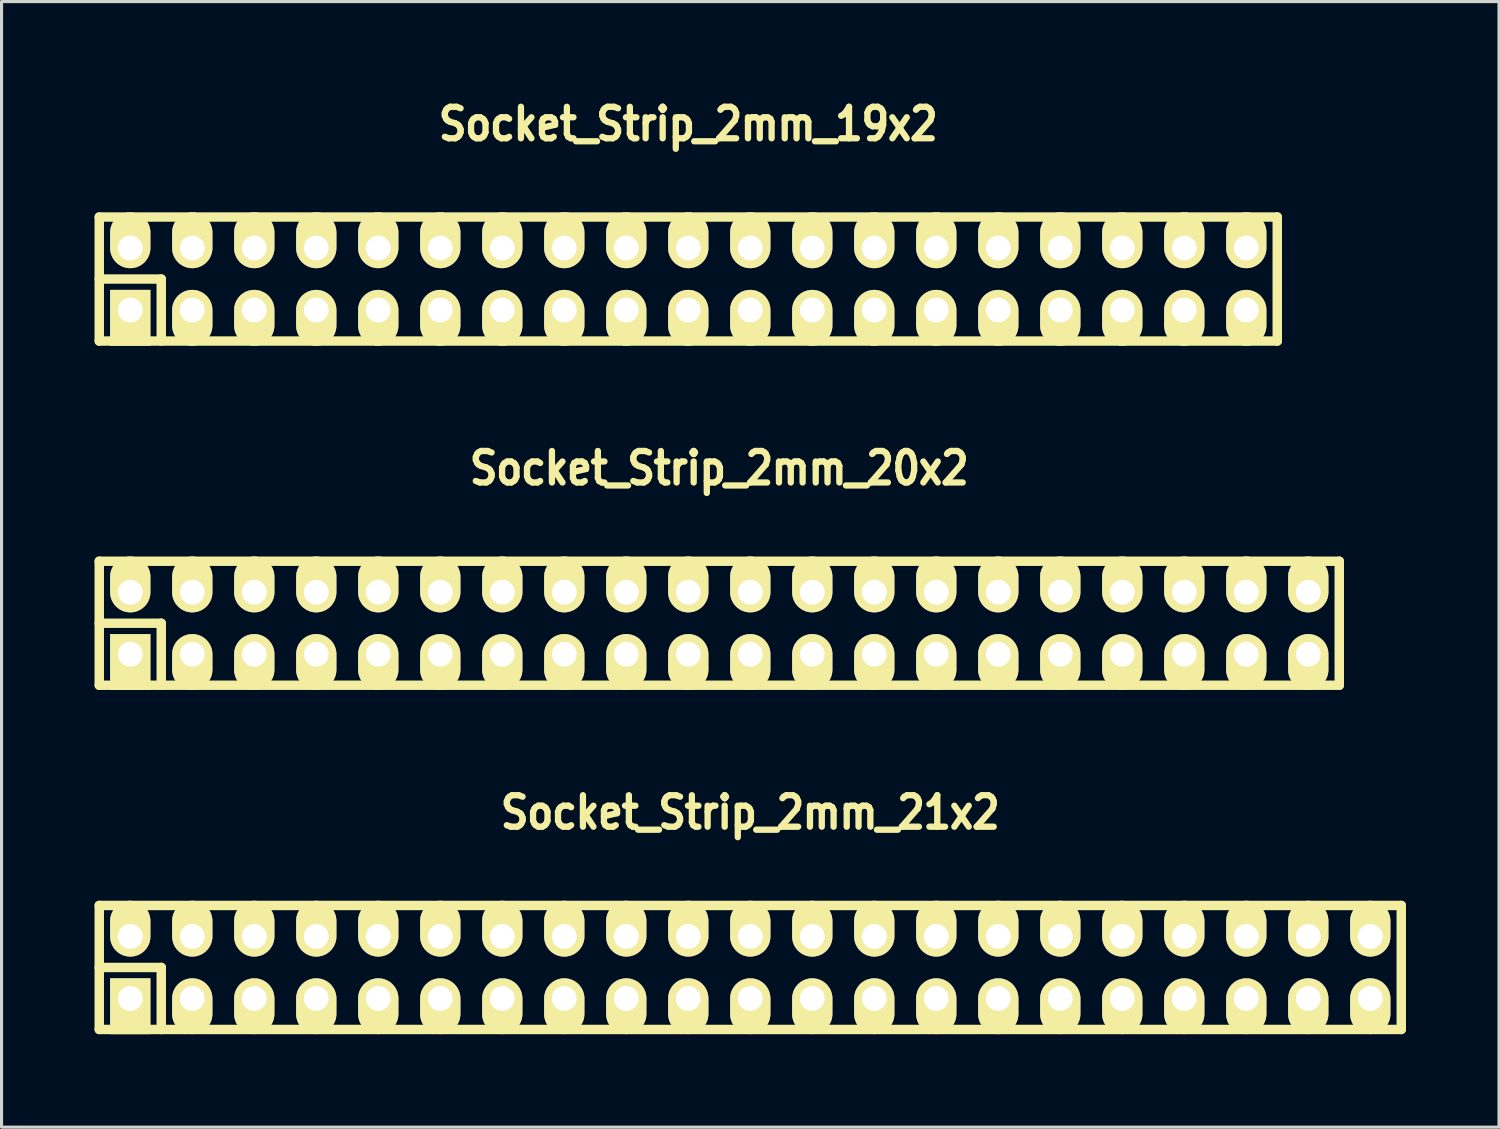
<source format=kicad_pcb>
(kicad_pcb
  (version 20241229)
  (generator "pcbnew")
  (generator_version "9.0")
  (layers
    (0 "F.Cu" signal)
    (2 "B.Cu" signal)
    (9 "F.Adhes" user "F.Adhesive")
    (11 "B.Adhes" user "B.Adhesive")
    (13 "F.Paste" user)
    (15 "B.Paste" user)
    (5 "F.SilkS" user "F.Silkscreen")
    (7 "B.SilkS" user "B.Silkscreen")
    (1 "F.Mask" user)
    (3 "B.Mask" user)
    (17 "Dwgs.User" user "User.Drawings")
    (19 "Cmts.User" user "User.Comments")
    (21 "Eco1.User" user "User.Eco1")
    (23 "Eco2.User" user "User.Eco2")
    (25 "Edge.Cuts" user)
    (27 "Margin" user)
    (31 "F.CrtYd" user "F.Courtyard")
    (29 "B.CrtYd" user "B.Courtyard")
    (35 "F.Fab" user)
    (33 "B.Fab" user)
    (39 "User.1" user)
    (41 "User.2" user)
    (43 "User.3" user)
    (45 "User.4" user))
  (footprint "Socket_Strip_2mm_21x2"
    (layer "F.Cu")
    (at 21.152 28.158)
    (property "Reference" "Socket_Strip_2mm_21x2" (at 0 -5 0) (layer "F.SilkS") (effects (font (size 1.016 0.889) (thickness 0.203))))
    (attr through_hole)
    (fp_line (start -21 -2) (end 21 -2) (stroke (width 0.305) (type solid)) (layer "F.SilkS"))
    (fp_line (start -21 0) (end -19 0) (stroke (width 0.305) (type solid)) (layer "F.SilkS"))
    (fp_line (start -21 2) (end -21 -2) (stroke (width 0.305) (type solid)) (layer "F.SilkS"))
    (fp_line (start -19 0) (end -19 2) (stroke (width 0.305) (type solid)) (layer "F.SilkS"))
    (fp_line (start 21 -2) (end 21 2) (stroke (width 0.305) (type solid)) (layer "F.SilkS"))
    (fp_line (start 21 2) (end -21 2) (stroke (width 0.305) (type solid)) (layer "F.SilkS"))
    (pad "1" thru_hole rect (at -20 1) (size 1.3 1.8) (drill 0.8 (offset 0 0.25)) (layers "*.Cu" "*.Mask" "F.SilkS"))
    (pad "2" thru_hole oval (at -20 -1) (size 1.3 1.8) (drill 0.8 (offset 0 -0.25)) (layers "*.Cu" "*.Mask" "F.SilkS"))
    (pad "3" thru_hole oval (at -18 1) (size 1.3 1.8) (drill 0.8 (offset 0 0.25)) (layers "*.Cu" "*.Mask" "F.SilkS"))
    (pad "4" thru_hole oval (at -18 -1) (size 1.3 1.8) (drill 0.8 (offset 0 -0.25)) (layers "*.Cu" "*.Mask" "F.SilkS"))
    (pad "5" thru_hole oval (at -16 1) (size 1.3 1.8) (drill 0.8 (offset 0 0.25)) (layers "*.Cu" "*.Mask" "F.SilkS"))
    (pad "6" thru_hole oval (at -16 -1) (size 1.3 1.8) (drill 0.8 (offset 0 -0.25)) (layers "*.Cu" "*.Mask" "F.SilkS"))
    (pad "7" thru_hole oval (at -14 1) (size 1.3 1.8) (drill 0.8 (offset 0 0.25)) (layers "*.Cu" "*.Mask" "F.SilkS"))
    (pad "8" thru_hole oval (at -14 -1) (size 1.3 1.8) (drill 0.8 (offset 0 -0.25)) (layers "*.Cu" "*.Mask" "F.SilkS"))
    (pad "9" thru_hole oval (at -12 1) (size 1.3 1.8) (drill 0.8 (offset 0 0.25)) (layers "*.Cu" "*.Mask" "F.SilkS"))
    (pad "10" thru_hole oval (at -12 -1) (size 1.3 1.8) (drill 0.8 (offset 0 -0.25)) (layers "*.Cu" "*.Mask" "F.SilkS"))
    (pad "11" thru_hole oval (at -10 1) (size 1.3 1.8) (drill 0.8 (offset 0 0.25)) (layers "*.Cu" "*.Mask" "F.SilkS"))
    (pad "12" thru_hole oval (at -10 -1) (size 1.3 1.8) (drill 0.8 (offset 0 -0.25)) (layers "*.Cu" "*.Mask" "F.SilkS"))
    (pad "13" thru_hole oval (at -8 1) (size 1.3 1.8) (drill 0.8 (offset 0 0.25)) (layers "*.Cu" "*.Mask" "F.SilkS"))
    (pad "14" thru_hole oval (at -8 -1) (size 1.3 1.8) (drill 0.8 (offset 0 -0.25)) (layers "*.Cu" "*.Mask" "F.SilkS"))
    (pad "15" thru_hole oval (at -6 1) (size 1.3 1.8) (drill 0.8 (offset 0 0.25)) (layers "*.Cu" "*.Mask" "F.SilkS"))
    (pad "16" thru_hole oval (at -6 -1) (size 1.3 1.8) (drill 0.8 (offset 0 -0.25)) (layers "*.Cu" "*.Mask" "F.SilkS"))
    (pad "17" thru_hole oval (at -4 1) (size 1.3 1.8) (drill 0.8 (offset 0 0.25)) (layers "*.Cu" "*.Mask" "F.SilkS"))
    (pad "18" thru_hole oval (at -4 -1) (size 1.3 1.8) (drill 0.8 (offset 0 -0.25)) (layers "*.Cu" "*.Mask" "F.SilkS"))
    (pad "19" thru_hole oval (at -2 1) (size 1.3 1.8) (drill 0.8 (offset 0 0.25)) (layers "*.Cu" "*.Mask" "F.SilkS"))
    (pad "20" thru_hole oval (at -2 -1) (size 1.3 1.8) (drill 0.8 (offset 0 -0.25)) (layers "*.Cu" "*.Mask" "F.SilkS"))
    (pad "21" thru_hole oval (at 0 1) (size 1.3 1.8) (drill 0.8 (offset 0 0.25)) (layers "*.Cu" "*.Mask" "F.SilkS"))
    (pad "22" thru_hole oval (at 0 -1) (size 1.3 1.8) (drill 0.8 (offset 0 -0.25)) (layers "*.Cu" "*.Mask" "F.SilkS"))
    (pad "23" thru_hole oval (at 2 1) (size 1.3 1.8) (drill 0.8 (offset 0 0.25)) (layers "*.Cu" "*.Mask" "F.SilkS"))
    (pad "24" thru_hole oval (at 2 -1) (size 1.3 1.8) (drill 0.8 (offset 0 -0.25)) (layers "*.Cu" "*.Mask" "F.SilkS"))
    (pad "25" thru_hole oval (at 4 1) (size 1.3 1.8) (drill 0.8 (offset 0 0.25)) (layers "*.Cu" "*.Mask" "F.SilkS"))
    (pad "26" thru_hole oval (at 4 -1) (size 1.3 1.8) (drill 0.8 (offset 0 -0.25)) (layers "*.Cu" "*.Mask" "F.SilkS"))
    (pad "27" thru_hole oval (at 6 1) (size 1.3 1.8) (drill 0.8 (offset 0 0.25)) (layers "*.Cu" "*.Mask" "F.SilkS"))
    (pad "28" thru_hole oval (at 6 -1) (size 1.3 1.8) (drill 0.8 (offset 0 -0.25)) (layers "*.Cu" "*.Mask" "F.SilkS"))
    (pad "29" thru_hole oval (at 8 1) (size 1.3 1.8) (drill 0.8 (offset 0 0.25)) (layers "*.Cu" "*.Mask" "F.SilkS"))
    (pad "30" thru_hole oval (at 8 -1) (size 1.3 1.8) (drill 0.8 (offset 0 -0.25)) (layers "*.Cu" "*.Mask" "F.SilkS"))
    (pad "31" thru_hole oval (at 10 1) (size 1.3 1.8) (drill 0.8 (offset 0 0.25)) (layers "*.Cu" "*.Mask" "F.SilkS"))
    (pad "32" thru_hole oval (at 10 -1) (size 1.3 1.8) (drill 0.8 (offset 0 -0.25)) (layers "*.Cu" "*.Mask" "F.SilkS"))
    (pad "33" thru_hole oval (at 12 1) (size 1.3 1.8) (drill 0.8 (offset 0 0.25)) (layers "*.Cu" "*.Mask" "F.SilkS"))
    (pad "34" thru_hole oval (at 12 -1) (size 1.3 1.8) (drill 0.8 (offset 0 -0.25)) (layers "*.Cu" "*.Mask" "F.SilkS"))
    (pad "35" thru_hole oval (at 14 1) (size 1.3 1.8) (drill 0.8 (offset 0 0.25)) (layers "*.Cu" "*.Mask" "F.SilkS"))
    (pad "36" thru_hole oval (at 14 -1) (size 1.3 1.8) (drill 0.8 (offset 0 -0.25)) (layers "*.Cu" "*.Mask" "F.SilkS"))
    (pad "37" thru_hole oval (at 16 1) (size 1.3 1.8) (drill 0.8 (offset 0 0.25)) (layers "*.Cu" "*.Mask" "F.SilkS"))
    (pad "38" thru_hole oval (at 16 -1) (size 1.3 1.8) (drill 0.8 (offset 0 -0.25)) (layers "*.Cu" "*.Mask" "F.SilkS"))
    (pad "39" thru_hole oval (at 18 1) (size 1.3 1.8) (drill 0.8 (offset 0 0.25)) (layers "*.Cu" "*.Mask" "F.SilkS"))
    (pad "40" thru_hole oval (at 18 -1) (size 1.3 1.8) (drill 0.8 (offset 0 -0.25)) (layers "*.Cu" "*.Mask" "F.SilkS"))
    (pad "41" thru_hole oval (at 20 1) (size 1.3 1.8) (drill 0.8 (offset 0 0.25)) (layers "*.Cu" "*.Mask" "F.SilkS"))
    (pad "42" thru_hole oval (at 20 -1) (size 1.3 1.8) (drill 0.8 (offset 0 -0.25)) (layers "*.Cu" "*.Mask" "F.SilkS")))
  (footprint "Socket_Strip_2mm_20x2"
    (layer "F.Cu")
    (at 20.152 17.054)
    (property "Reference" "Socket_Strip_2mm_20x2" (at 0 -5 0) (layer "F.SilkS") (effects (font (size 1.016 0.889) (thickness 0.203))))
    (attr through_hole)
    (fp_line (start -20 -2) (end 20 -2) (stroke (width 0.305) (type solid)) (layer "F.SilkS"))
    (fp_line (start -20 0) (end -18 0) (stroke (width 0.305) (type solid)) (layer "F.SilkS"))
    (fp_line (start -20 2) (end -20 -2) (stroke (width 0.305) (type solid)) (layer "F.SilkS"))
    (fp_line (start -18 0) (end -18 2) (stroke (width 0.305) (type solid)) (layer "F.SilkS"))
    (fp_line (start 20 -2) (end 20 2) (stroke (width 0.305) (type solid)) (layer "F.SilkS"))
    (fp_line (start 20 2) (end -20 2) (stroke (width 0.305) (type solid)) (layer "F.SilkS"))
    (pad "1" thru_hole rect (at -19 1) (size 1.3 1.8) (drill 0.8 (offset 0 0.25)) (layers "*.Cu" "*.Mask" "F.SilkS"))
    (pad "2" thru_hole oval (at -19 -1) (size 1.3 1.8) (drill 0.8 (offset 0 -0.25)) (layers "*.Cu" "*.Mask" "F.SilkS"))
    (pad "3" thru_hole oval (at -17 1) (size 1.3 1.8) (drill 0.8 (offset 0 0.25)) (layers "*.Cu" "*.Mask" "F.SilkS"))
    (pad "4" thru_hole oval (at -17 -1) (size 1.3 1.8) (drill 0.8 (offset 0 -0.25)) (layers "*.Cu" "*.Mask" "F.SilkS"))
    (pad "5" thru_hole oval (at -15 1) (size 1.3 1.8) (drill 0.8 (offset 0 0.25)) (layers "*.Cu" "*.Mask" "F.SilkS"))
    (pad "6" thru_hole oval (at -15 -1) (size 1.3 1.8) (drill 0.8 (offset 0 -0.25)) (layers "*.Cu" "*.Mask" "F.SilkS"))
    (pad "7" thru_hole oval (at -13 1) (size 1.3 1.8) (drill 0.8 (offset 0 0.25)) (layers "*.Cu" "*.Mask" "F.SilkS"))
    (pad "8" thru_hole oval (at -13 -1) (size 1.3 1.8) (drill 0.8 (offset 0 -0.25)) (layers "*.Cu" "*.Mask" "F.SilkS"))
    (pad "9" thru_hole oval (at -11 1) (size 1.3 1.8) (drill 0.8 (offset 0 0.25)) (layers "*.Cu" "*.Mask" "F.SilkS"))
    (pad "10" thru_hole oval (at -11 -1) (size 1.3 1.8) (drill 0.8 (offset 0 -0.25)) (layers "*.Cu" "*.Mask" "F.SilkS"))
    (pad "11" thru_hole oval (at -9 1) (size 1.3 1.8) (drill 0.8 (offset 0 0.25)) (layers "*.Cu" "*.Mask" "F.SilkS"))
    (pad "12" thru_hole oval (at -9 -1) (size 1.3 1.8) (drill 0.8 (offset 0 -0.25)) (layers "*.Cu" "*.Mask" "F.SilkS"))
    (pad "13" thru_hole oval (at -7 1) (size 1.3 1.8) (drill 0.8 (offset 0 0.25)) (layers "*.Cu" "*.Mask" "F.SilkS"))
    (pad "14" thru_hole oval (at -7 -1) (size 1.3 1.8) (drill 0.8 (offset 0 -0.25)) (layers "*.Cu" "*.Mask" "F.SilkS"))
    (pad "15" thru_hole oval (at -5 1) (size 1.3 1.8) (drill 0.8 (offset 0 0.25)) (layers "*.Cu" "*.Mask" "F.SilkS"))
    (pad "16" thru_hole oval (at -5 -1) (size 1.3 1.8) (drill 0.8 (offset 0 -0.25)) (layers "*.Cu" "*.Mask" "F.SilkS"))
    (pad "17" thru_hole oval (at -3 1) (size 1.3 1.8) (drill 0.8 (offset 0 0.25)) (layers "*.Cu" "*.Mask" "F.SilkS"))
    (pad "18" thru_hole oval (at -3 -1) (size 1.3 1.8) (drill 0.8 (offset 0 -0.25)) (layers "*.Cu" "*.Mask" "F.SilkS"))
    (pad "19" thru_hole oval (at -1 1) (size 1.3 1.8) (drill 0.8 (offset 0 0.25)) (layers "*.Cu" "*.Mask" "F.SilkS"))
    (pad "20" thru_hole oval (at -1 -1) (size 1.3 1.8) (drill 0.8 (offset 0 -0.25)) (layers "*.Cu" "*.Mask" "F.SilkS"))
    (pad "21" thru_hole oval (at 1 1) (size 1.3 1.8) (drill 0.8 (offset 0 0.25)) (layers "*.Cu" "*.Mask" "F.SilkS"))
    (pad "22" thru_hole oval (at 1 -1) (size 1.3 1.8) (drill 0.8 (offset 0 -0.25)) (layers "*.Cu" "*.Mask" "F.SilkS"))
    (pad "23" thru_hole oval (at 3 1) (size 1.3 1.8) (drill 0.8 (offset 0 0.25)) (layers "*.Cu" "*.Mask" "F.SilkS"))
    (pad "24" thru_hole oval (at 3 -1) (size 1.3 1.8) (drill 0.8 (offset 0 -0.25)) (layers "*.Cu" "*.Mask" "F.SilkS"))
    (pad "25" thru_hole oval (at 5 1) (size 1.3 1.8) (drill 0.8 (offset 0 0.25)) (layers "*.Cu" "*.Mask" "F.SilkS"))
    (pad "26" thru_hole oval (at 5 -1) (size 1.3 1.8) (drill 0.8 (offset 0 -0.25)) (layers "*.Cu" "*.Mask" "F.SilkS"))
    (pad "27" thru_hole oval (at 7 1) (size 1.3 1.8) (drill 0.8 (offset 0 0.25)) (layers "*.Cu" "*.Mask" "F.SilkS"))
    (pad "28" thru_hole oval (at 7 -1) (size 1.3 1.8) (drill 0.8 (offset 0 -0.25)) (layers "*.Cu" "*.Mask" "F.SilkS"))
    (pad "29" thru_hole oval (at 9 1) (size 1.3 1.8) (drill 0.8 (offset 0 0.25)) (layers "*.Cu" "*.Mask" "F.SilkS"))
    (pad "30" thru_hole oval (at 9 -1) (size 1.3 1.8) (drill 0.8 (offset 0 -0.25)) (layers "*.Cu" "*.Mask" "F.SilkS"))
    (pad "31" thru_hole oval (at 11 1) (size 1.3 1.8) (drill 0.8 (offset 0 0.25)) (layers "*.Cu" "*.Mask" "F.SilkS"))
    (pad "32" thru_hole oval (at 11 -1) (size 1.3 1.8) (drill 0.8 (offset 0 -0.25)) (layers "*.Cu" "*.Mask" "F.SilkS"))
    (pad "33" thru_hole oval (at 13 1) (size 1.3 1.8) (drill 0.8 (offset 0 0.25)) (layers "*.Cu" "*.Mask" "F.SilkS"))
    (pad "34" thru_hole oval (at 13 -1) (size 1.3 1.8) (drill 0.8 (offset 0 -0.25)) (layers "*.Cu" "*.Mask" "F.SilkS"))
    (pad "35" thru_hole oval (at 15 1) (size 1.3 1.8) (drill 0.8 (offset 0 0.25)) (layers "*.Cu" "*.Mask" "F.SilkS"))
    (pad "36" thru_hole oval (at 15 -1) (size 1.3 1.8) (drill 0.8 (offset 0 -0.25)) (layers "*.Cu" "*.Mask" "F.SilkS"))
    (pad "37" thru_hole oval (at 17 1) (size 1.3 1.8) (drill 0.8 (offset 0 0.25)) (layers "*.Cu" "*.Mask" "F.SilkS"))
    (pad "38" thru_hole oval (at 17 -1) (size 1.3 1.8) (drill 0.8 (offset 0 -0.25)) (layers "*.Cu" "*.Mask" "F.SilkS"))
    (pad "39" thru_hole oval (at 19 1) (size 1.3 1.8) (drill 0.8 (offset 0 0.25)) (layers "*.Cu" "*.Mask" "F.SilkS"))
    (pad "40" thru_hole oval (at 19 -1) (size 1.3 1.8) (drill 0.8 (offset 0 -0.25)) (layers "*.Cu" "*.Mask" "F.SilkS")))
  (footprint "Socket_Strip_2mm_19x2"
    (layer "F.Cu")
    (at 19.152 5.951)
    (property "Reference" "Socket_Strip_2mm_19x2" (at 0 -5 0) (layer "F.SilkS") (effects (font (size 1.016 0.889) (thickness 0.203))))
    (attr through_hole)
    (fp_line (start -19 -2) (end 19 -2) (stroke (width 0.305) (type solid)) (layer "F.SilkS"))
    (fp_line (start -19 0) (end -17 0) (stroke (width 0.305) (type solid)) (layer "F.SilkS"))
    (fp_line (start -19 2) (end -19 -2) (stroke (width 0.305) (type solid)) (layer "F.SilkS"))
    (fp_line (start -17 0) (end -17 2) (stroke (width 0.305) (type solid)) (layer "F.SilkS"))
    (fp_line (start 19 -2) (end 19 2) (stroke (width 0.305) (type solid)) (layer "F.SilkS"))
    (fp_line (start 19 2) (end -19 2) (stroke (width 0.305) (type solid)) (layer "F.SilkS"))
    (pad "1" thru_hole rect (at -18 1) (size 1.3 1.8) (drill 0.8 (offset 0 0.25)) (layers "*.Cu" "*.Mask" "F.SilkS"))
    (pad "2" thru_hole oval (at -18 -1) (size 1.3 1.8) (drill 0.8 (offset 0 -0.25)) (layers "*.Cu" "*.Mask" "F.SilkS"))
    (pad "3" thru_hole oval (at -16 1) (size 1.3 1.8) (drill 0.8 (offset 0 0.25)) (layers "*.Cu" "*.Mask" "F.SilkS"))
    (pad "4" thru_hole oval (at -16 -1) (size 1.3 1.8) (drill 0.8 (offset 0 -0.25)) (layers "*.Cu" "*.Mask" "F.SilkS"))
    (pad "5" thru_hole oval (at -14 1) (size 1.3 1.8) (drill 0.8 (offset 0 0.25)) (layers "*.Cu" "*.Mask" "F.SilkS"))
    (pad "6" thru_hole oval (at -14 -1) (size 1.3 1.8) (drill 0.8 (offset 0 -0.25)) (layers "*.Cu" "*.Mask" "F.SilkS"))
    (pad "7" thru_hole oval (at -12 1) (size 1.3 1.8) (drill 0.8 (offset 0 0.25)) (layers "*.Cu" "*.Mask" "F.SilkS"))
    (pad "8" thru_hole oval (at -12 -1) (size 1.3 1.8) (drill 0.8 (offset 0 -0.25)) (layers "*.Cu" "*.Mask" "F.SilkS"))
    (pad "9" thru_hole oval (at -10 1) (size 1.3 1.8) (drill 0.8 (offset 0 0.25)) (layers "*.Cu" "*.Mask" "F.SilkS"))
    (pad "10" thru_hole oval (at -10 -1) (size 1.3 1.8) (drill 0.8 (offset 0 -0.25)) (layers "*.Cu" "*.Mask" "F.SilkS"))
    (pad "11" thru_hole oval (at -8 1) (size 1.3 1.8) (drill 0.8 (offset 0 0.25)) (layers "*.Cu" "*.Mask" "F.SilkS"))
    (pad "12" thru_hole oval (at -8 -1) (size 1.3 1.8) (drill 0.8 (offset 0 -0.25)) (layers "*.Cu" "*.Mask" "F.SilkS"))
    (pad "13" thru_hole oval (at -6 1) (size 1.3 1.8) (drill 0.8 (offset 0 0.25)) (layers "*.Cu" "*.Mask" "F.SilkS"))
    (pad "14" thru_hole oval (at -6 -1) (size 1.3 1.8) (drill 0.8 (offset 0 -0.25)) (layers "*.Cu" "*.Mask" "F.SilkS"))
    (pad "15" thru_hole oval (at -4 1) (size 1.3 1.8) (drill 0.8 (offset 0 0.25)) (layers "*.Cu" "*.Mask" "F.SilkS"))
    (pad "16" thru_hole oval (at -4 -1) (size 1.3 1.8) (drill 0.8 (offset 0 -0.25)) (layers "*.Cu" "*.Mask" "F.SilkS"))
    (pad "17" thru_hole oval (at -2 1) (size 1.3 1.8) (drill 0.8 (offset 0 0.25)) (layers "*.Cu" "*.Mask" "F.SilkS"))
    (pad "18" thru_hole oval (at -2 -1) (size 1.3 1.8) (drill 0.8 (offset 0 -0.25)) (layers "*.Cu" "*.Mask" "F.SilkS"))
    (pad "19" thru_hole oval (at 0 1) (size 1.3 1.8) (drill 0.8 (offset 0 0.25)) (layers "*.Cu" "*.Mask" "F.SilkS"))
    (pad "20" thru_hole oval (at 0 -1) (size 1.3 1.8) (drill 0.8 (offset 0 -0.25)) (layers "*.Cu" "*.Mask" "F.SilkS"))
    (pad "21" thru_hole oval (at 2 1) (size 1.3 1.8) (drill 0.8 (offset 0 0.25)) (layers "*.Cu" "*.Mask" "F.SilkS"))
    (pad "22" thru_hole oval (at 2 -1) (size 1.3 1.8) (drill 0.8 (offset 0 -0.25)) (layers "*.Cu" "*.Mask" "F.SilkS"))
    (pad "23" thru_hole oval (at 4 1) (size 1.3 1.8) (drill 0.8 (offset 0 0.25)) (layers "*.Cu" "*.Mask" "F.SilkS"))
    (pad "24" thru_hole oval (at 4 -1) (size 1.3 1.8) (drill 0.8 (offset 0 -0.25)) (layers "*.Cu" "*.Mask" "F.SilkS"))
    (pad "25" thru_hole oval (at 6 1) (size 1.3 1.8) (drill 0.8 (offset 0 0.25)) (layers "*.Cu" "*.Mask" "F.SilkS"))
    (pad "26" thru_hole oval (at 6 -1) (size 1.3 1.8) (drill 0.8 (offset 0 -0.25)) (layers "*.Cu" "*.Mask" "F.SilkS"))
    (pad "27" thru_hole oval (at 8 1) (size 1.3 1.8) (drill 0.8 (offset 0 0.25)) (layers "*.Cu" "*.Mask" "F.SilkS"))
    (pad "28" thru_hole oval (at 8 -1) (size 1.3 1.8) (drill 0.8 (offset 0 -0.25)) (layers "*.Cu" "*.Mask" "F.SilkS"))
    (pad "29" thru_hole oval (at 10 1) (size 1.3 1.8) (drill 0.8 (offset 0 0.25)) (layers "*.Cu" "*.Mask" "F.SilkS"))
    (pad "30" thru_hole oval (at 10 -1) (size 1.3 1.8) (drill 0.8 (offset 0 -0.25)) (layers "*.Cu" "*.Mask" "F.SilkS"))
    (pad "31" thru_hole oval (at 12 1) (size 1.3 1.8) (drill 0.8 (offset 0 0.25)) (layers "*.Cu" "*.Mask" "F.SilkS"))
    (pad "32" thru_hole oval (at 12 -1) (size 1.3 1.8) (drill 0.8 (offset 0 -0.25)) (layers "*.Cu" "*.Mask" "F.SilkS"))
    (pad "33" thru_hole oval (at 14 1) (size 1.3 1.8) (drill 0.8 (offset 0 0.25)) (layers "*.Cu" "*.Mask" "F.SilkS"))
    (pad "34" thru_hole oval (at 14 -1) (size 1.3 1.8) (drill 0.8 (offset 0 -0.25)) (layers "*.Cu" "*.Mask" "F.SilkS"))
    (pad "35" thru_hole oval (at 16 1) (size 1.3 1.8) (drill 0.8 (offset 0 0.25)) (layers "*.Cu" "*.Mask" "F.SilkS"))
    (pad "36" thru_hole oval (at 16 -1) (size 1.3 1.8) (drill 0.8 (offset 0 -0.25)) (layers "*.Cu" "*.Mask" "F.SilkS"))
    (pad "37" thru_hole oval (at 18 1) (size 1.3 1.8) (drill 0.8 (offset 0 0.25)) (layers "*.Cu" "*.Mask" "F.SilkS"))
    (pad "38" thru_hole oval (at 18 -1) (size 1.3 1.8) (drill 0.8 (offset 0 -0.25)) (layers "*.Cu" "*.Mask" "F.SilkS")))
  (gr_rect
    (start -3 -3)
    (end 45.305 33.31)
    (stroke (width 0.1) (type default))
    (fill no)
    (layer "Edge.Cuts")))
</source>
